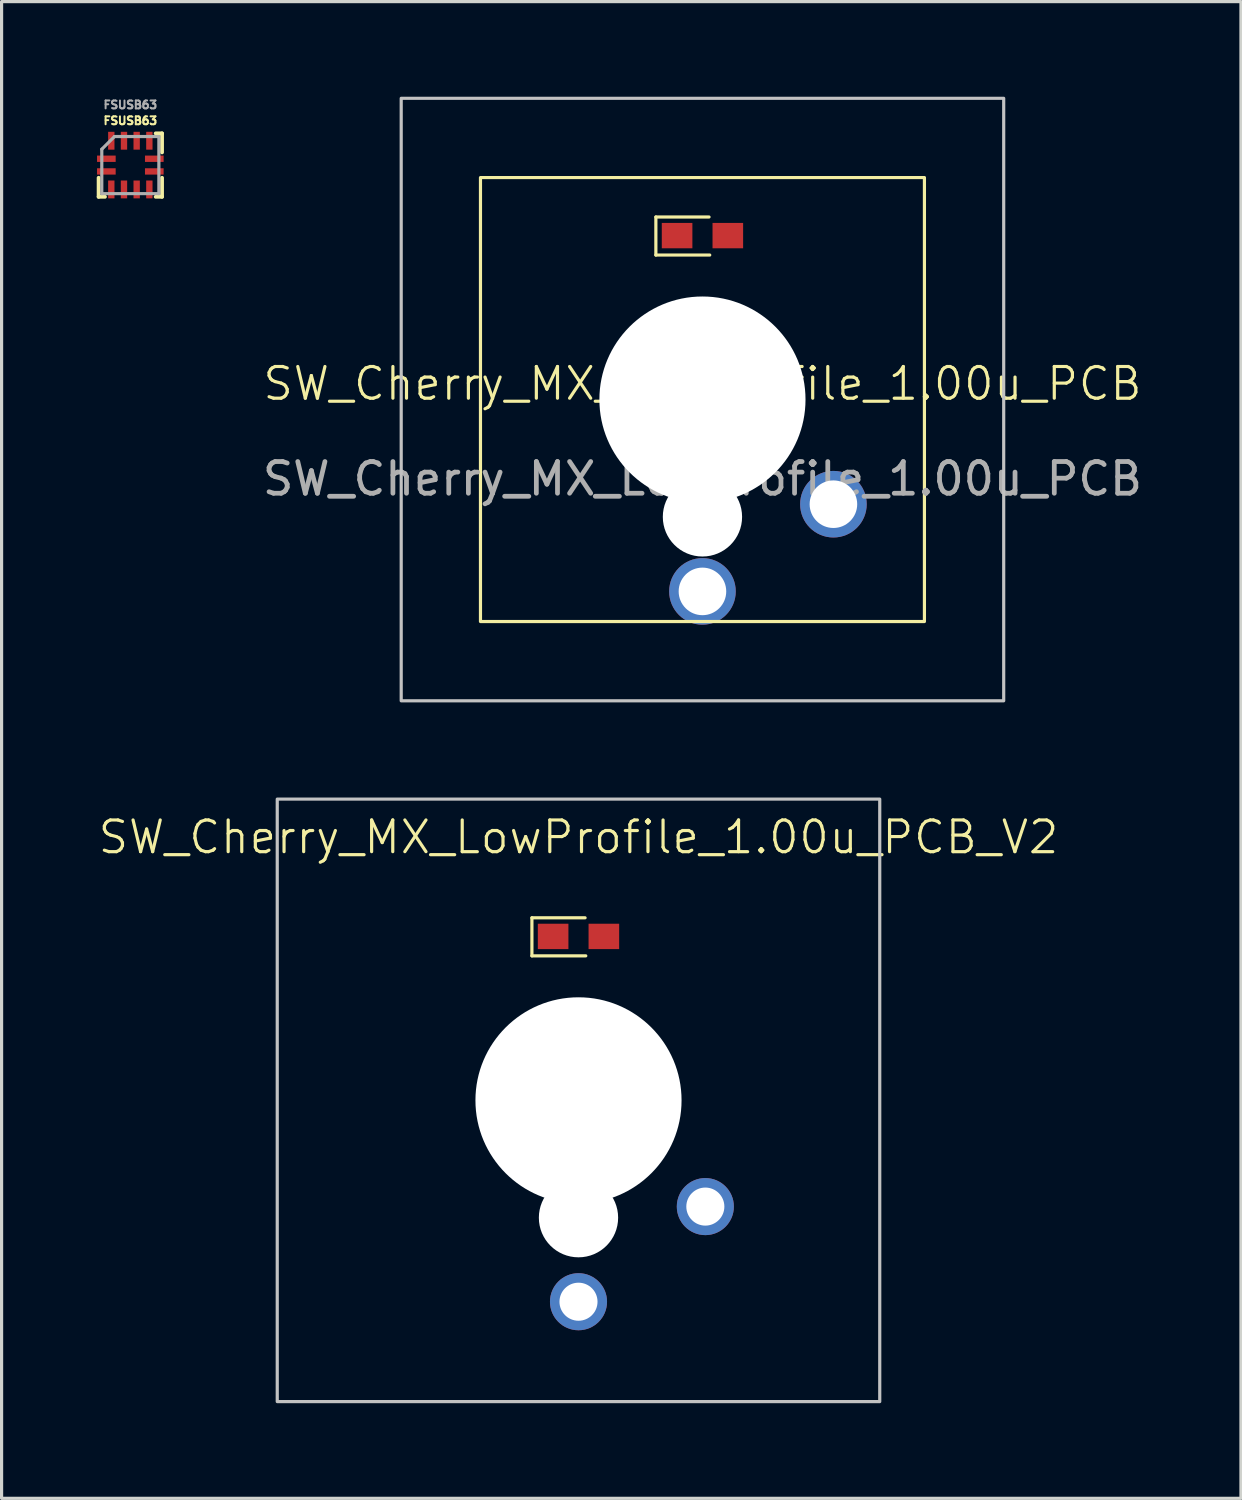
<source format=kicad_pcb>
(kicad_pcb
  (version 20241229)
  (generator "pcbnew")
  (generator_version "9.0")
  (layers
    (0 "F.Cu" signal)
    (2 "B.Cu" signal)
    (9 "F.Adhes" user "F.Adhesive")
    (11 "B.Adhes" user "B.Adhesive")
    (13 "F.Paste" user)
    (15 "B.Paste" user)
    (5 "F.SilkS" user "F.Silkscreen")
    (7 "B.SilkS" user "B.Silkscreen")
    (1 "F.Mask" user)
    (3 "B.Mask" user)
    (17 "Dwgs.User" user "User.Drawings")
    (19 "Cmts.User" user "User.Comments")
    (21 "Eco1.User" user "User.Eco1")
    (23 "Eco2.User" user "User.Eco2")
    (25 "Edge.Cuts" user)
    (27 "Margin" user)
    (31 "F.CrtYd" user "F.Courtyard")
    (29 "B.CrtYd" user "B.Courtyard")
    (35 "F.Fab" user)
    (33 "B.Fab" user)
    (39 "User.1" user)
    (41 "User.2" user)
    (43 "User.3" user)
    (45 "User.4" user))
  (footprint "SW_Cherry_MX_LowProfile_1.00u_PCB"
    (layer "F.Cu")
    (at 19.102 9.55)
    (property "Reference" "SW_Cherry_MX_LowProfile_1.00u_PCB" (at 0 -0.5 0) (unlocked yes) (layer "F.SilkS") (effects (font (size 1 1) (thickness 0.1))))
    (fp_line (start -1.469 -4.557) (end 0.23 -4.557) (stroke (width 0.1) (type default)) (layer "F.SilkS"))
    (fp_line (start -1.469 -5.757) (end -1.469 -4.557) (stroke (width 0.1) (type default)) (layer "F.SilkS"))
    (fp_line (start 0.208 -5.757) (end -1.469 -5.757) (stroke (width 0.1) (type default)) (layer "F.SilkS"))
    (fp_rect (start -7 -7) (end 7 7) (stroke (width 0.1) (type default)) (fill no) (layer "F.SilkS"))
    (fp_rect (start -9.5 -9.5) (end 9.5 9.5) (stroke (width 0.1) (type default)) (fill no) (layer "Dwgs.User"))
    (fp_text user "${REFERENCE}" (at 0 2.5 0) (unlocked yes) (layer "F.Fab") (effects (font (size 1 1) (thickness 0.15))))
    (pad "" np_thru_hole circle (at 0 0) (size 6.5 6.5) (drill 6.5) (layers "*.Cu" "*.Mask"))
    (pad "" np_thru_hole circle (at 0 3.7) (size 2.5 2.5) (drill 2.5) (layers "*.Cu" "*.Mask"))
    (pad "1" thru_hole circle (at 0 6.05) (size 2.1 2.1) (drill 1.5) (layers "*.Cu" "*.Mask"))
    (pad "2" thru_hole circle (at 4.13 3.3) (size 2.1 2.1) (drill 1.5) (layers "*.Cu" "*.Mask"))
    (pad "3" smd rect (at -0.8 -5.17) (size 0.965 0.8) (layers "F.Cu" "F.Mask" "F.Paste"))
    (pad "4" smd rect (at 0.8 -5.17) (size 0.965 0.8) (layers "F.Cu" "F.Mask" "F.Paste")))
  (footprint "FSUSB63"
    (layer "F.Cu")
    (at 1.06 2.156)
    (property "Reference" "FSUSB63" (at 0 -1.4 0) (unlocked yes) (layer "F.SilkS") (effects (font (size 0.25 0.25) (thickness 0.062))))
    (attr smd)
    (fp_line (start -1 1) (end -1 0.4) (stroke (width 0.12) (type solid)) (layer "F.SilkS"))
    (fp_line (start -0.8 1) (end -1 1) (stroke (width 0.12) (type solid)) (layer "F.SilkS"))
    (fp_line (start 0.8 -1) (end 1 -1) (stroke (width 0.12) (type solid)) (layer "F.SilkS"))
    (fp_line (start 1 -1) (end 1 -0.4) (stroke (width 0.12) (type solid)) (layer "F.SilkS"))
    (fp_line (start 1 0.4) (end 1 1) (stroke (width 0.12) (type solid)) (layer "F.SilkS"))
    (fp_line (start 1 1) (end 0.8 1) (stroke (width 0.12) (type solid)) (layer "F.SilkS"))
    (fp_line (start -0.9 -0.5) (end -0.5 -0.9) (stroke (width 0.1) (type solid)) (layer "F.Fab"))
    (fp_line (start -0.9 0.9) (end -0.9 -0.5) (stroke (width 0.1) (type solid)) (layer "F.Fab"))
    (fp_line (start 0.9 -0.9) (end -0.5 -0.9) (stroke (width 0.1) (type solid)) (layer "F.Fab"))
    (fp_line (start 0.9 -0.9) (end 0.9 0.9) (stroke (width 0.1) (type solid)) (layer "F.Fab"))
    (fp_line (start 0.9 0.9) (end -0.9 0.9) (stroke (width 0.1) (type solid)) (layer "F.Fab"))
    (fp_text user "${REFERENCE}" (at 0 -1.9 0) (unlocked yes) (layer "F.Fab") (effects (font (size 0.25 0.25) (thickness 0.062))))
    (pad "1" smd trapezoid (at -0.756 -0.2) (size 0.588 0.2) (layers "F.Cu" "F.Mask" "F.Paste"))
    (pad "2" smd trapezoid (at -0.756 0.2) (size 0.588 0.2) (layers "F.Cu" "F.Mask" "F.Paste"))
    (pad "3" smd trapezoid (at -0.6 0.768 180) (size 0.2 0.563) (layers "F.Cu" "F.Mask" "F.Paste"))
    (pad "4" smd trapezoid (at -0.2 0.768 180) (size 0.2 0.563) (layers "F.Cu" "F.Mask" "F.Paste"))
    (pad "5" smd trapezoid (at 0.2 0.768 180) (size 0.2 0.563) (layers "F.Cu" "F.Mask" "F.Paste"))
    (pad "6" smd trapezoid (at 0.6 0.768 180) (size 0.2 0.563) (layers "F.Cu" "F.Mask" "F.Paste"))
    (pad "7" smd trapezoid (at 0.756 0.2) (size 0.588 0.2) (layers "F.Cu" "F.Mask" "F.Paste"))
    (pad "8" smd trapezoid (at 0.756 -0.2) (size 0.588 0.2) (layers "F.Cu" "F.Mask" "F.Paste"))
    (pad "9" smd trapezoid (at 0.6 -0.768 180) (size 0.2 0.563) (layers "F.Cu" "F.Mask" "F.Paste"))
    (pad "10" smd trapezoid (at 0.2 -0.768 180) (size 0.2 0.563) (layers "F.Cu" "F.Mask" "F.Paste"))
    (pad "11" smd trapezoid (at -0.2 -0.768 180) (size 0.2 0.563) (layers "F.Cu" "F.Mask" "F.Paste"))
    (pad "12" smd trapezoid (at -0.6 -0.768 180) (size 0.2 0.563) (layers "F.Cu" "F.Mask" "F.Paste")))
  (footprint "SW_Cherry_MX_LowProfile_1.00u_PCB_V2"
    (layer "F.Cu")
    (at 15.193 31.65)
    (property "Reference" "SW_Cherry_MX_LowProfile_1.00u_PCB_V2" (at 0 -8.3 0) (unlocked yes) (layer "F.SilkS") (effects (font (size 1 1) (thickness 0.1))))
    (fp_line (start -1.469 -4.557) (end 0.23 -4.557) (stroke (width 0.1) (type default)) (layer "F.SilkS"))
    (fp_line (start -1.469 -5.757) (end -1.469 -4.557) (stroke (width 0.1) (type default)) (layer "F.SilkS"))
    (fp_line (start 0.208 -5.757) (end -1.469 -5.757) (stroke (width 0.1) (type default)) (layer "F.SilkS"))
    (fp_rect (start -9.5 -9.5) (end 9.5 9.5) (stroke (width 0.1) (type default)) (fill no) (layer "Dwgs.User"))
    (fp_rect (start -7 -7) (end 7 7) (stroke (width 0.1) (type default)) (fill no) (layer "User.2"))
    (pad "" np_thru_hole circle (at 0 0) (size 6.5 6.5) (drill 6.5) (layers "*.Cu" "*.Mask"))
    (pad "" np_thru_hole circle (at 0 3.7) (size 2.5 2.5) (drill 2.5) (layers "*.Cu" "*.Mask"))
    (pad "1" thru_hole circle (at 0 6.35) (size 1.8 1.8) (drill 1.2) (layers "*.Cu" "*.Mask"))
    (pad "2" thru_hole circle (at 4 3.35) (size 1.8 1.8) (drill 1.2) (layers "*.Cu" "*.Mask"))
    (pad "3" smd rect (at -0.8 -5.17) (size 0.965 0.8) (layers "F.Cu" "F.Mask" "F.Paste"))
    (pad "4" smd rect (at 0.8 -5.17) (size 0.965 0.8) (layers "F.Cu" "F.Mask" "F.Paste")))
  (gr_rect
    (start -3 -3)
    (end 36.084 44.2)
    (stroke (width 0.1) (type default))
    (fill no)
    (layer "Edge.Cuts")))
</source>
